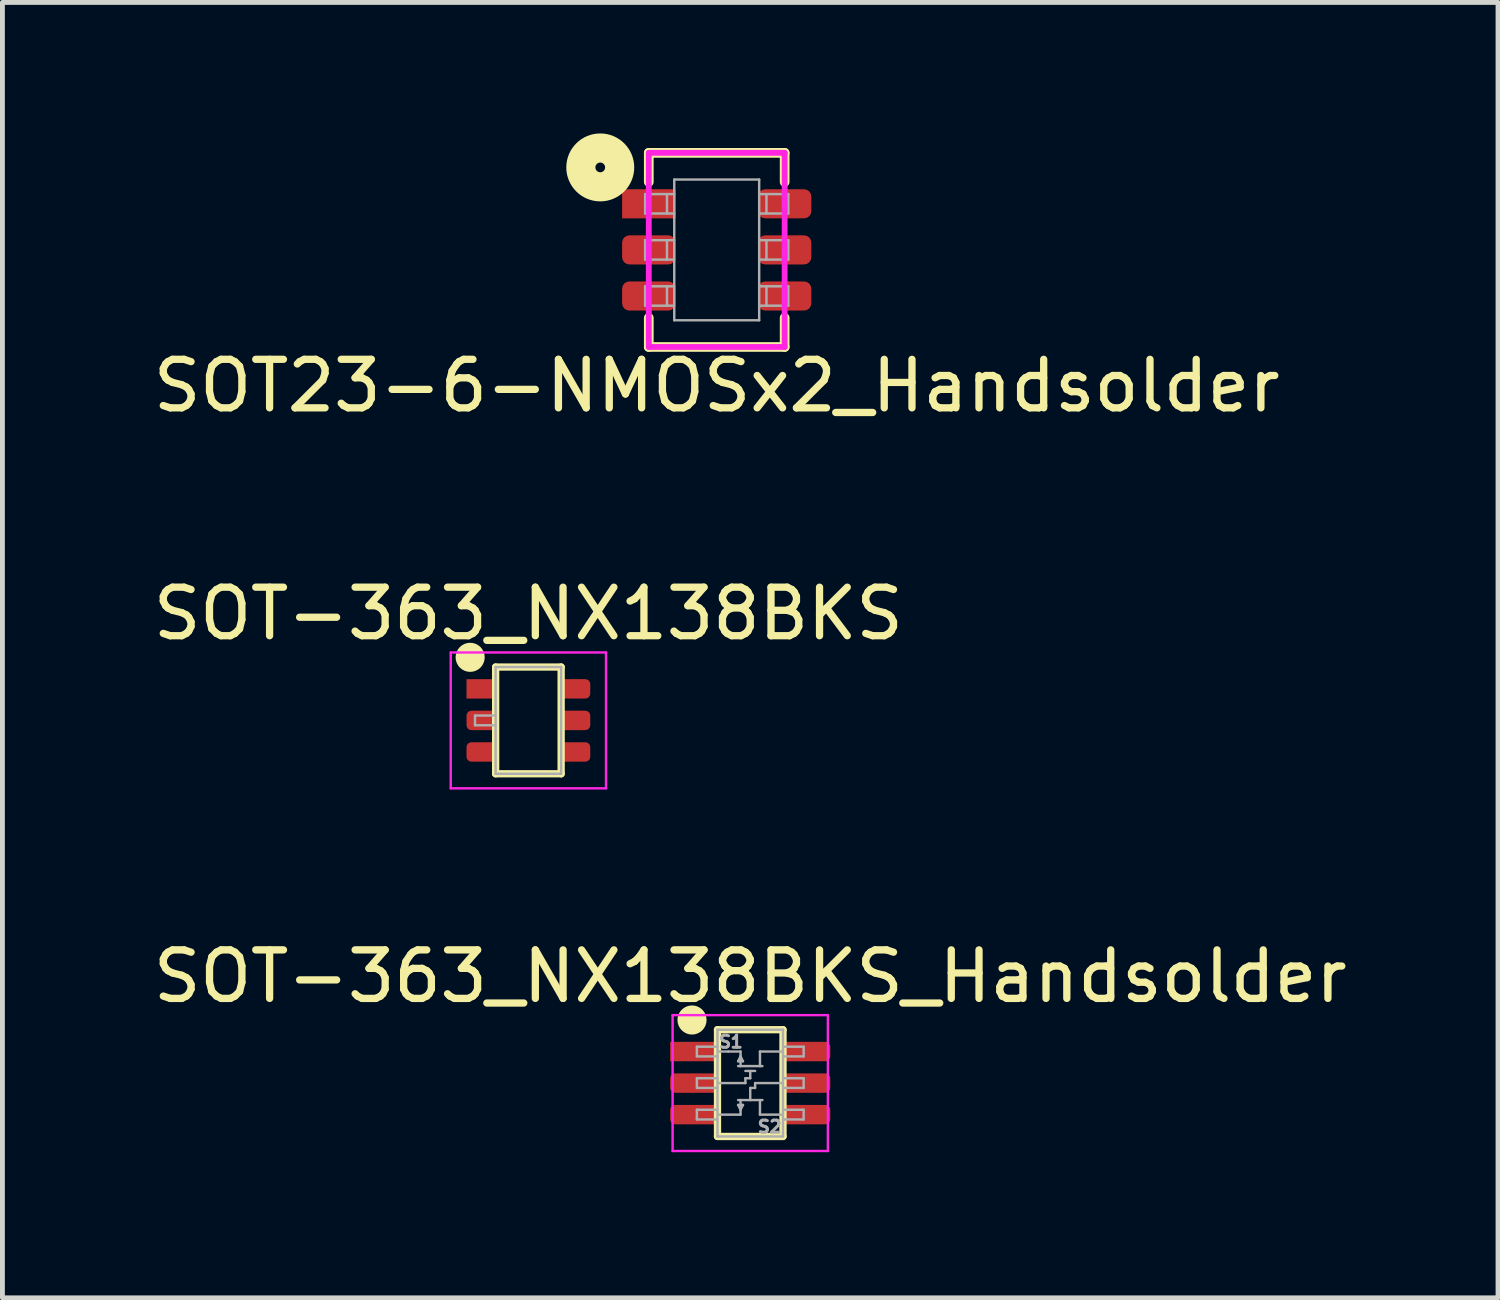
<source format=kicad_pcb>
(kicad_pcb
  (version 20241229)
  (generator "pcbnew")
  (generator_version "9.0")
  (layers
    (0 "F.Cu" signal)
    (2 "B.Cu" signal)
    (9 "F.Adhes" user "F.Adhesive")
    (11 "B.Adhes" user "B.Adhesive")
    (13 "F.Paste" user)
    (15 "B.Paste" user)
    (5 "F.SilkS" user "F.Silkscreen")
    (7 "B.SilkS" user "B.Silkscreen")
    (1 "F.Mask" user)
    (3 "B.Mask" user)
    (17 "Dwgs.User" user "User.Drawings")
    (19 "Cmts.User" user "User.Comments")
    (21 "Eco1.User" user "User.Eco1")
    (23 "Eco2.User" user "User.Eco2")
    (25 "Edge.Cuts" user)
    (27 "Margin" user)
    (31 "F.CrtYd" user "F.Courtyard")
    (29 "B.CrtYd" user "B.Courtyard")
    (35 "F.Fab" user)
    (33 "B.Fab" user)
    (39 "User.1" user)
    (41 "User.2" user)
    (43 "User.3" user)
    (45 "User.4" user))
  (footprint "SOT-363_NX138BKS"
    (layer "F.Cu")
    (at 7.839 11.796)
    (property "Reference" "SOT-363_NX138BKS" (at 0 -2.2 0) (layer "F.SilkS") (effects (font (size 1 1) (thickness 0.15))))
    (attr smd)
    (fp_line (start -0.675 -1.1) (end -0.675 1.1) (stroke (width 0.15) (type solid)) (layer "F.SilkS"))
    (fp_line (start 0.675 -1.1) (end -0.675 -1.1) (stroke (width 0.15) (type solid)) (layer "F.SilkS"))
    (fp_line (start 0.675 -1.1) (end 0.675 1.1) (stroke (width 0.15) (type solid)) (layer "F.SilkS"))
    (fp_line (start 0.675 1.1) (end -0.675 1.1) (stroke (width 0.15) (type solid)) (layer "F.SilkS"))
    (fp_circle (center -1.2 -1.3) (end -1.05 -1.3) (stroke (width 0.3) (type solid)) (fill no) (layer "F.SilkS"))
    (fp_line (start -0.65 -0.65) (end -0.45 -0.65) (stroke (width 0.05) (type solid)) (layer "Eco1.User"))
    (fp_line (start -0.25 -0.45) (end -0.15 -0.45) (stroke (width 0.05) (type solid)) (layer "Eco1.User"))
    (fp_line (start -0.25 -0.35) (end 0.25 -0.35) (stroke (width 0.05) (type solid)) (layer "Eco1.User"))
    (fp_line (start -0.25 0.35) (end 0.25 0.35) (stroke (width 0.05) (type solid)) (layer "Eco1.User"))
    (fp_line (start -0.25 0.45) (end -0.15 0.45) (stroke (width 0.05) (type solid)) (layer "Eco1.User"))
    (fp_line (start -0.2 -0.65) (end -0.45 -0.65) (stroke (width 0.05) (type solid)) (layer "Eco1.User"))
    (fp_line (start -0.2 -0.55) (end -0.25 -0.45) (stroke (width 0.05) (type solid)) (layer "Eco1.User"))
    (fp_line (start -0.2 -0.35) (end -0.2 -0.65) (stroke (width 0.05) (type solid)) (layer "Eco1.User"))
    (fp_line (start -0.2 0.35) (end -0.2 0.65) (stroke (width 0.05) (type solid)) (layer "Eco1.User"))
    (fp_line (start -0.2 0.55) (end -0.25 0.45) (stroke (width 0.05) (type solid)) (layer "Eco1.User"))
    (fp_line (start -0.2 0.65) (end -0.65 0.65) (stroke (width 0.05) (type solid)) (layer "Eco1.User"))
    (fp_line (start -0.15 -0.45) (end -0.2 -0.55) (stroke (width 0.05) (type solid)) (layer "Eco1.User"))
    (fp_line (start -0.15 0.45) (end -0.2 0.55) (stroke (width 0.05) (type solid)) (layer "Eco1.User"))
    (fp_line (start -0.1 -0.25) (end 0.1 -0.25) (stroke (width 0.05) (type solid)) (layer "Eco1.User"))
    (fp_line (start -0.1 -0.1) (end -0.1 0) (stroke (width 0.05) (type solid)) (layer "Eco1.User"))
    (fp_line (start -0.1 0) (end -0.65 0) (stroke (width 0.05) (type solid)) (layer "Eco1.User"))
    (fp_line (start 0 -0.25) (end 0 -0.1) (stroke (width 0.05) (type solid)) (layer "Eco1.User"))
    (fp_line (start 0 -0.1) (end -0.1 -0.1) (stroke (width 0.05) (type solid)) (layer "Eco1.User"))
    (fp_line (start 0 0.1) (end 0.1 0.1) (stroke (width 0.05) (type solid)) (layer "Eco1.User"))
    (fp_line (start 0 0.35) (end 0 0.1) (stroke (width 0.05) (type solid)) (layer "Eco1.User"))
    (fp_line (start 0.1 0) (end 0.65 0) (stroke (width 0.05) (type solid)) (layer "Eco1.User"))
    (fp_line (start 0.1 0.1) (end 0.1 0) (stroke (width 0.05) (type solid)) (layer "Eco1.User"))
    (fp_line (start 0.2 -0.65) (end 0.65 -0.65) (stroke (width 0.05) (type solid)) (layer "Eco1.User"))
    (fp_line (start 0.2 -0.35) (end 0.2 -0.65) (stroke (width 0.05) (type solid)) (layer "Eco1.User"))
    (fp_line (start 0.2 0.35) (end 0.2 0.65) (stroke (width 0.05) (type solid)) (layer "Eco1.User"))
    (fp_line (start 0.2 0.65) (end 0.65 0.65) (stroke (width 0.05) (type solid)) (layer "Eco1.User"))
    (fp_line (start -1.6 -1.4) (end -1.6 1.4) (stroke (width 0.05) (type solid)) (layer "F.CrtYd"))
    (fp_line (start -1.6 -1.4) (end 1.6 -1.4) (stroke (width 0.05) (type solid)) (layer "F.CrtYd"))
    (fp_line (start -1.6 1.4) (end 1.6 1.4) (stroke (width 0.05) (type solid)) (layer "F.CrtYd"))
    (fp_line (start 1.6 1.4) (end 1.6 -1.4) (stroke (width 0.05) (type solid)) (layer "F.CrtYd"))
    (fp_line (start -1.1 -0.1) (end -1.1 0.1) (stroke (width 0.05) (type solid)) (layer "F.Fab"))
    (fp_line (start -1.1 0.1) (end -0.675 0.1) (stroke (width 0.05) (type solid)) (layer "F.Fab"))
    (fp_line (start -0.675 -1.1) (end -0.675 1.1) (stroke (width 0.05) (type solid)) (layer "F.Fab"))
    (fp_line (start -0.675 -0.1) (end -1.1 -0.1) (stroke (width 0.05) (type solid)) (layer "F.Fab"))
    (fp_line (start 0.675 -1.1) (end -0.675 -1.1) (stroke (width 0.05) (type solid)) (layer "F.Fab"))
    (fp_line (start 0.675 -1.1) (end 0.675 1.1) (stroke (width 0.05) (type solid)) (layer "F.Fab"))
    (fp_line (start 0.675 1.1) (end -0.675 1.1) (stroke (width 0.05) (type solid)) (layer "F.Fab"))
    (fp_text user "S1" (at -0.4 -0.85 0) (layer "Eco1.User") (effects (font (size 0.25 0.25) (thickness 0.062))))
    (fp_text user "S2" (at 0.4 0.9 0) (layer "Eco1.User") (effects (font (size 0.25 0.25) (thickness 0.062))))
    (pad "D1" smd roundrect (at 0.95 -0.65) (size 0.65 0.4) (layers "F.Cu" "F.Mask" "F.Paste") (roundrect_rratio 0.25))
    (pad "D2" smd roundrect (at -0.95 0.65) (size 0.65 0.4) (layers "F.Cu" "F.Mask" "F.Paste") (roundrect_rratio 0.25))
    (pad "G1" smd roundrect (at -0.95 0) (size 0.65 0.4) (layers "F.Cu" "F.Mask" "F.Paste") (roundrect_rratio 0.25))
    (pad "G2" smd roundrect (at 0.95 0) (size 0.65 0.4) (layers "F.Cu" "F.Mask" "F.Paste") (roundrect_rratio 0.25))
    (pad "S1" smd rect (at -0.95 -0.65) (size 0.65 0.4) (layers "F.Cu" "F.Mask" "F.Paste"))
    (pad "S2" smd roundrect (at 0.95 0.65) (size 0.65 0.4) (layers "F.Cu" "F.Mask" "F.Paste") (roundrect_rratio 0.25)))
  (footprint "SOT23-6-NMOSx2_Handsolder"
    (layer "F.Cu")
    (at 11.72 2.1)
    (property "Reference" "SOT23-6-NMOSx2_Handsolder" (at 0 2.8 0) (layer "F.SilkS") (effects (font (size 1 1) (thickness 0.15))))
    (attr through_hole)
    (fp_line (start -1.4 -2) (end -1.4 -1.4) (stroke (width 0.2) (type solid)) (layer "F.SilkS"))
    (fp_line (start -1.4 2) (end -1.4 1.4) (stroke (width 0.2) (type solid)) (layer "F.SilkS"))
    (fp_line (start -1.4 2) (end 1.4 2) (stroke (width 0.2) (type solid)) (layer "F.SilkS"))
    (fp_line (start 1.4 -2) (end -1.4 -2) (stroke (width 0.2) (type solid)) (layer "F.SilkS"))
    (fp_line (start 1.4 -2) (end 1.4 -1.4) (stroke (width 0.2) (type solid)) (layer "F.SilkS"))
    (fp_line (start 1.4 2) (end 1.4 1.4) (stroke (width 0.2) (type solid)) (layer "F.SilkS"))
    (fp_circle (center -2.4 -1.7) (end -2.3 -1.7) (stroke (width 0.6) (type solid)) (fill no) (layer "F.SilkS"))
    (fp_line (start -0.85 -0.95) (end -0.25 -0.95) (stroke (width 0.05) (type solid)) (layer "Eco1.User"))
    (fp_line (start -0.85 0.95) (end -0.25 0.95) (stroke (width 0.05) (type solid)) (layer "Eco1.User"))
    (fp_line (start -0.35 -0.65) (end 0.35 -0.65) (stroke (width 0.05) (type solid)) (layer "Eco1.User"))
    (fp_line (start -0.3 -0.75) (end -0.2 -0.75) (stroke (width 0.05) (type solid)) (layer "Eco1.User"))
    (fp_line (start -0.25 -0.95) (end -0.25 -0.65) (stroke (width 0.05) (type solid)) (layer "Eco1.User"))
    (fp_line (start -0.25 -0.9) (end -0.3 -0.75) (stroke (width 0.05) (type solid)) (layer "Eco1.User"))
    (fp_line (start -0.25 -0.25) (end -0.25 0) (stroke (width 0.05) (type solid)) (layer "Eco1.User"))
    (fp_line (start -0.25 0) (end -0.85 0) (stroke (width 0.05) (type solid)) (layer "Eco1.User"))
    (fp_line (start -0.25 0.95) (end -0.25 0.65) (stroke (width 0.05) (type solid)) (layer "Eco1.User"))
    (fp_line (start -0.2 -0.75) (end -0.25 -0.9) (stroke (width 0.05) (type solid)) (layer "Eco1.User"))
    (fp_line (start -0.1 -0.5) (end 0.1 -0.5) (stroke (width 0.05) (type solid)) (layer "Eco1.User"))
    (fp_line (start 0 -0.5) (end 0 -0.25) (stroke (width 0.05) (type solid)) (layer "Eco1.User"))
    (fp_line (start 0 -0.25) (end -0.25 -0.25) (stroke (width 0.05) (type solid)) (layer "Eco1.User"))
    (fp_line (start 0 0.25) (end 0.25 0.25) (stroke (width 0.05) (type solid)) (layer "Eco1.User"))
    (fp_line (start 0 0.5) (end 0 0.25) (stroke (width 0.05) (type solid)) (layer "Eco1.User"))
    (fp_line (start 0.1 0.5) (end -0.1 0.5) (stroke (width 0.05) (type solid)) (layer "Eco1.User"))
    (fp_line (start 0.2 0.75) (end 0.25 0.9) (stroke (width 0.05) (type solid)) (layer "Eco1.User"))
    (fp_line (start 0.25 -0.95) (end 0.25 -0.65) (stroke (width 0.05) (type solid)) (layer "Eco1.User"))
    (fp_line (start 0.25 0) (end 0.85 0) (stroke (width 0.05) (type solid)) (layer "Eco1.User"))
    (fp_line (start 0.25 0.25) (end 0.25 0) (stroke (width 0.05) (type solid)) (layer "Eco1.User"))
    (fp_line (start 0.25 0.9) (end 0.3 0.75) (stroke (width 0.05) (type solid)) (layer "Eco1.User"))
    (fp_line (start 0.25 0.95) (end 0.25 0.65) (stroke (width 0.05) (type solid)) (layer "Eco1.User"))
    (fp_line (start 0.3 0.75) (end 0.2 0.75) (stroke (width 0.05) (type solid)) (layer "Eco1.User"))
    (fp_line (start 0.35 0.65) (end -0.35 0.65) (stroke (width 0.05) (type solid)) (layer "Eco1.User"))
    (fp_line (start 0.85 -0.95) (end 0.25 -0.95) (stroke (width 0.05) (type solid)) (layer "Eco1.User"))
    (fp_line (start 0.85 0.95) (end 0.25 0.95) (stroke (width 0.05) (type solid)) (layer "Eco1.User"))
    (fp_line (start -1.4 -2) (end -1.4 2) (stroke (width 0.12) (type solid)) (layer "F.CrtYd"))
    (fp_line (start -1.4 2) (end 1.4 2) (stroke (width 0.12) (type solid)) (layer "F.CrtYd"))
    (fp_line (start 1.4 -2) (end -1.4 -2) (stroke (width 0.12) (type solid)) (layer "F.CrtYd"))
    (fp_line (start 1.4 2) (end 1.4 -2) (stroke (width 0.12) (type solid)) (layer "F.CrtYd"))
    (fp_line (start -1.475 -0.2) (end -0.875 -0.2) (stroke (width 0.05) (type solid)) (layer "F.Fab"))
    (fp_line (start -1.475 0.2) (end -1.475 -0.2) (stroke (width 0.05) (type solid)) (layer "F.Fab"))
    (fp_line (start -1.475 0.75) (end -0.875 0.75) (stroke (width 0.05) (type solid)) (layer "F.Fab"))
    (fp_line (start -1.475 1.15) (end -1.475 0.75) (stroke (width 0.05) (type solid)) (layer "F.Fab"))
    (fp_line (start -1.475 -1.15) (end -0.875 -1.15) (stroke (width 0.05) (type solid)) (layer "F.Fab"))
    (fp_line (start -1.475 -0.75) (end -1.475 -1.15) (stroke (width 0.05) (type solid)) (layer "F.Fab"))
    (fp_line (start -1.025 -1.15) (end -1.025 -0.75) (stroke (width 0.05) (type solid)) (layer "F.Fab"))
    (fp_line (start -1.025 -0.2) (end -1.025 0.2) (stroke (width 0.05) (type solid)) (layer "F.Fab"))
    (fp_line (start -1.025 0.75) (end -1.025 1.15) (stroke (width 0.05) (type solid)) (layer "F.Fab"))
    (fp_line (start -0.875 -1.45) (end -0.875 1.45) (stroke (width 0.05) (type solid)) (layer "F.Fab"))
    (fp_line (start -0.875 -0.75) (end -1.475 -0.75) (stroke (width 0.05) (type solid)) (layer "F.Fab"))
    (fp_line (start -0.875 0.2) (end -1.475 0.2) (stroke (width 0.05) (type solid)) (layer "F.Fab"))
    (fp_line (start -0.875 1.15) (end -1.475 1.15) (stroke (width 0.05) (type solid)) (layer "F.Fab"))
    (fp_line (start -0.875 1.45) (end 0.875 1.45) (stroke (width 0.05) (type solid)) (layer "F.Fab"))
    (fp_line (start 0.875 -1.45) (end -0.875 -1.45) (stroke (width 0.05) (type solid)) (layer "F.Fab"))
    (fp_line (start 0.875 -0.75) (end 1.475 -0.75) (stroke (width 0.05) (type solid)) (layer "F.Fab"))
    (fp_line (start 0.875 0.2) (end 1.475 0.2) (stroke (width 0.05) (type solid)) (layer "F.Fab"))
    (fp_line (start 0.875 1.15) (end 1.475 1.15) (stroke (width 0.05) (type solid)) (layer "F.Fab"))
    (fp_line (start 0.875 1.45) (end 0.875 -1.45) (stroke (width 0.05) (type solid)) (layer "F.Fab"))
    (fp_line (start 1.025 -1.15) (end 1.025 -0.75) (stroke (width 0.05) (type solid)) (layer "F.Fab"))
    (fp_line (start 1.025 -0.2) (end 1.025 0.2) (stroke (width 0.05) (type solid)) (layer "F.Fab"))
    (fp_line (start 1.025 0.75) (end 1.025 1.15) (stroke (width 0.05) (type solid)) (layer "F.Fab"))
    (fp_line (start 1.475 -1.15) (end 0.875 -1.15) (stroke (width 0.05) (type solid)) (layer "F.Fab"))
    (fp_line (start 1.475 -0.75) (end 1.475 -1.15) (stroke (width 0.05) (type solid)) (layer "F.Fab"))
    (fp_line (start 1.475 -0.2) (end 0.875 -0.2) (stroke (width 0.05) (type solid)) (layer "F.Fab"))
    (fp_line (start 1.475 0.2) (end 1.475 -0.2) (stroke (width 0.05) (type solid)) (layer "F.Fab"))
    (fp_line (start 1.475 0.75) (end 0.875 0.75) (stroke (width 0.05) (type solid)) (layer "F.Fab"))
    (fp_line (start 1.475 1.15) (end 1.475 0.75) (stroke (width 0.05) (type solid)) (layer "F.Fab"))
    (fp_text user "D2" (at -0.7 0.8 0) (layer "Eco1.User") (effects (font (size 0.15 0.15) (thickness 0.037))))
    (fp_text user "D1" (at 0.7 -1.1 0) (layer "Eco1.User") (effects (font (size 0.15 0.15) (thickness 0.037))))
    (fp_text user "S2" (at 0.7 0.8 0) (layer "Eco1.User") (effects (font (size 0.15 0.15) (thickness 0.037))))
    (fp_text user "G1" (at -0.7 -0.15 0) (layer "Eco1.User") (effects (font (size 0.15 0.15) (thickness 0.037))))
    (fp_text user "G2" (at 0.7 -0.15 0) (layer "Eco1.User") (effects (font (size 0.15 0.15) (thickness 0.037))))
    (fp_text user "S1" (at -0.7 -1.1 0) (layer "Eco1.User") (effects (font (size 0.15 0.15) (thickness 0.037))))
    (pad "D1" smd roundrect (at 1.4 -0.95) (size 1.1 0.6) (layers "F.Cu" "F.Mask" "F.Paste") (roundrect_rratio 0.25))
    (pad "D2" smd roundrect (at -1.4 0.95) (size 1.1 0.6) (layers "F.Cu" "F.Mask" "F.Paste") (roundrect_rratio 0.25))
    (pad "G1" smd roundrect (at -1.4 0) (size 1.1 0.6) (layers "F.Cu" "F.Mask" "F.Paste") (roundrect_rratio 0.25))
    (pad "G2" smd roundrect (at 1.4 0) (size 1.1 0.6) (layers "F.Cu" "F.Mask" "F.Paste") (roundrect_rratio 0.25))
    (pad "S1" smd rect (at -1.4 -0.95) (size 1.1 0.6) (layers "F.Cu" "F.Mask" "F.Paste"))
    (pad "S2" smd roundrect (at 1.4 0.95) (size 1.1 0.6) (layers "F.Cu" "F.Mask" "F.Paste") (roundrect_rratio 0.25)))
  (footprint "SOT-363_NX138BKS_Handsolder"
    (layer "F.Cu")
    (at 12.411 19.27)
    (property "Reference" "SOT-363_NX138BKS_Handsolder" (at 0 -2.2 0) (layer "F.SilkS") (effects (font (size 1 1) (thickness 0.15))))
    (attr smd)
    (fp_line (start -0.675 -1.1) (end -0.675 1.1) (stroke (width 0.15) (type solid)) (layer "F.SilkS"))
    (fp_line (start 0.675 -1.1) (end -0.675 -1.1) (stroke (width 0.15) (type solid)) (layer "F.SilkS"))
    (fp_line (start 0.675 -1.1) (end 0.675 1.1) (stroke (width 0.15) (type solid)) (layer "F.SilkS"))
    (fp_line (start 0.675 1.1) (end -0.675 1.1) (stroke (width 0.15) (type solid)) (layer "F.SilkS"))
    (fp_circle (center -1.2 -1.3) (end -1.05 -1.3) (stroke (width 0.3) (type solid)) (fill no) (layer "F.SilkS"))
    (fp_line (start -1.6 -1.4) (end -1.6 1.4) (stroke (width 0.05) (type solid)) (layer "F.CrtYd"))
    (fp_line (start -1.6 -1.4) (end 1.6 -1.4) (stroke (width 0.05) (type solid)) (layer "F.CrtYd"))
    (fp_line (start -1.6 1.4) (end 1.6 1.4) (stroke (width 0.05) (type solid)) (layer "F.CrtYd"))
    (fp_line (start 1.6 1.4) (end 1.6 -1.4) (stroke (width 0.05) (type solid)) (layer "F.CrtYd"))
    (fp_line (start -1.1 -0.75) (end -1.1 -0.55) (stroke (width 0.05) (type solid)) (layer "F.Fab"))
    (fp_line (start -1.1 -0.55) (end -0.675 -0.55) (stroke (width 0.05) (type solid)) (layer "F.Fab"))
    (fp_line (start -1.1 -0.1) (end -1.1 0.1) (stroke (width 0.05) (type solid)) (layer "F.Fab"))
    (fp_line (start -1.1 0.1) (end -0.675 0.1) (stroke (width 0.05) (type solid)) (layer "F.Fab"))
    (fp_line (start -1.1 0.55) (end -1.1 0.75) (stroke (width 0.05) (type solid)) (layer "F.Fab"))
    (fp_line (start -1.1 0.75) (end -0.675 0.75) (stroke (width 0.05) (type solid)) (layer "F.Fab"))
    (fp_line (start -0.675 -1.1) (end -0.675 1.1) (stroke (width 0.05) (type solid)) (layer "F.Fab"))
    (fp_line (start -0.675 -0.75) (end -1.1 -0.75) (stroke (width 0.05) (type solid)) (layer "F.Fab"))
    (fp_line (start -0.675 -0.1) (end -1.1 -0.1) (stroke (width 0.05) (type solid)) (layer "F.Fab"))
    (fp_line (start -0.675 0.55) (end -1.1 0.55) (stroke (width 0.05) (type solid)) (layer "F.Fab"))
    (fp_line (start -0.65 -0.65) (end -0.45 -0.65) (stroke (width 0.05) (type solid)) (layer "F.Fab"))
    (fp_line (start -0.25 -0.45) (end -0.15 -0.45) (stroke (width 0.05) (type solid)) (layer "F.Fab"))
    (fp_line (start -0.25 -0.35) (end 0.25 -0.35) (stroke (width 0.05) (type solid)) (layer "F.Fab"))
    (fp_line (start -0.25 0.35) (end 0.25 0.35) (stroke (width 0.05) (type solid)) (layer "F.Fab"))
    (fp_line (start -0.25 0.45) (end -0.15 0.45) (stroke (width 0.05) (type solid)) (layer "F.Fab"))
    (fp_line (start -0.2 -0.65) (end -0.45 -0.65) (stroke (width 0.05) (type solid)) (layer "F.Fab"))
    (fp_line (start -0.2 -0.55) (end -0.25 -0.45) (stroke (width 0.05) (type solid)) (layer "F.Fab"))
    (fp_line (start -0.2 -0.35) (end -0.2 -0.65) (stroke (width 0.05) (type solid)) (layer "F.Fab"))
    (fp_line (start -0.2 0.35) (end -0.2 0.65) (stroke (width 0.05) (type solid)) (layer "F.Fab"))
    (fp_line (start -0.2 0.55) (end -0.25 0.45) (stroke (width 0.05) (type solid)) (layer "F.Fab"))
    (fp_line (start -0.2 0.65) (end -0.65 0.65) (stroke (width 0.05) (type solid)) (layer "F.Fab"))
    (fp_line (start -0.15 -0.45) (end -0.2 -0.55) (stroke (width 0.05) (type solid)) (layer "F.Fab"))
    (fp_line (start -0.15 0.45) (end -0.2 0.55) (stroke (width 0.05) (type solid)) (layer "F.Fab"))
    (fp_line (start -0.1 -0.25) (end 0.1 -0.25) (stroke (width 0.05) (type solid)) (layer "F.Fab"))
    (fp_line (start -0.1 -0.1) (end -0.1 0) (stroke (width 0.05) (type solid)) (layer "F.Fab"))
    (fp_line (start -0.1 0) (end -0.65 0) (stroke (width 0.05) (type solid)) (layer "F.Fab"))
    (fp_line (start 0 -0.25) (end 0 -0.1) (stroke (width 0.05) (type solid)) (layer "F.Fab"))
    (fp_line (start 0 -0.1) (end -0.1 -0.1) (stroke (width 0.05) (type solid)) (layer "F.Fab"))
    (fp_line (start 0 0.1) (end 0.1 0.1) (stroke (width 0.05) (type solid)) (layer "F.Fab"))
    (fp_line (start 0 0.35) (end 0 0.1) (stroke (width 0.05) (type solid)) (layer "F.Fab"))
    (fp_line (start 0.1 0) (end 0.65 0) (stroke (width 0.05) (type solid)) (layer "F.Fab"))
    (fp_line (start 0.1 0.1) (end 0.1 0) (stroke (width 0.05) (type solid)) (layer "F.Fab"))
    (fp_line (start 0.2 -0.65) (end 0.65 -0.65) (stroke (width 0.05) (type solid)) (layer "F.Fab"))
    (fp_line (start 0.2 -0.35) (end 0.2 -0.65) (stroke (width 0.05) (type solid)) (layer "F.Fab"))
    (fp_line (start 0.2 0.35) (end 0.2 0.65) (stroke (width 0.05) (type solid)) (layer "F.Fab"))
    (fp_line (start 0.2 0.65) (end 0.65 0.65) (stroke (width 0.05) (type solid)) (layer "F.Fab"))
    (fp_line (start 0.675 -1.1) (end -0.675 -1.1) (stroke (width 0.05) (type solid)) (layer "F.Fab"))
    (fp_line (start 0.675 -1.1) (end 0.675 1.1) (stroke (width 0.05) (type solid)) (layer "F.Fab"))
    (fp_line (start 0.675 -0.55) (end 1.1 -0.55) (stroke (width 0.05) (type solid)) (layer "F.Fab"))
    (fp_line (start 0.675 0.1) (end 1.1 0.1) (stroke (width 0.05) (type solid)) (layer "F.Fab"))
    (fp_line (start 0.675 0.75) (end 1.1 0.75) (stroke (width 0.05) (type solid)) (layer "F.Fab"))
    (fp_line (start 0.675 1.1) (end -0.675 1.1) (stroke (width 0.05) (type solid)) (layer "F.Fab"))
    (fp_line (start 1.1 -0.75) (end 0.675 -0.75) (stroke (width 0.05) (type solid)) (layer "F.Fab"))
    (fp_line (start 1.1 -0.55) (end 1.1 -0.75) (stroke (width 0.05) (type solid)) (layer "F.Fab"))
    (fp_line (start 1.1 -0.1) (end 0.675 -0.1) (stroke (width 0.05) (type solid)) (layer "F.Fab"))
    (fp_line (start 1.1 0.1) (end 1.1 -0.1) (stroke (width 0.05) (type solid)) (layer "F.Fab"))
    (fp_line (start 1.1 0.55) (end 0.675 0.55) (stroke (width 0.05) (type solid)) (layer "F.Fab"))
    (fp_line (start 1.1 0.75) (end 1.1 0.55) (stroke (width 0.05) (type solid)) (layer "F.Fab"))
    (fp_text user "S1" (at -0.4 -0.85 0) (layer "F.Fab") (effects (font (size 0.25 0.25) (thickness 0.062))))
    (fp_text user "S2" (at 0.4 0.9 0) (layer "F.Fab") (effects (font (size 0.25 0.25) (thickness 0.062))))
    (pad "D1" smd roundrect (at 1.15 -0.65) (size 1 0.4) (layers "F.Cu" "F.Mask" "F.Paste") (roundrect_rratio 0.25))
    (pad "D2" smd roundrect (at -1.15 0.65) (size 1 0.4) (layers "F.Cu" "F.Mask" "F.Paste") (roundrect_rratio 0.25))
    (pad "G1" smd roundrect (at -1.15 0) (size 1 0.4) (layers "F.Cu" "F.Mask" "F.Paste") (roundrect_rratio 0.25))
    (pad "G2" smd roundrect (at 1.15 0) (size 1 0.4) (layers "F.Cu" "F.Mask" "F.Paste") (roundrect_rratio 0.25))
    (pad "S1" smd rect (at -1.15 -0.65) (size 1 0.4) (layers "F.Cu" "F.Mask" "F.Paste"))
    (pad "S2" smd roundrect (at 1.15 0.65) (size 1 0.4) (layers "F.Cu" "F.Mask" "F.Paste") (roundrect_rratio 0.25)))
  (gr_rect
    (start -3 -3)
    (end 27.821 23.695)
    (stroke (width 0.1) (type default))
    (fill no)
    (layer "Edge.Cuts")))
</source>
